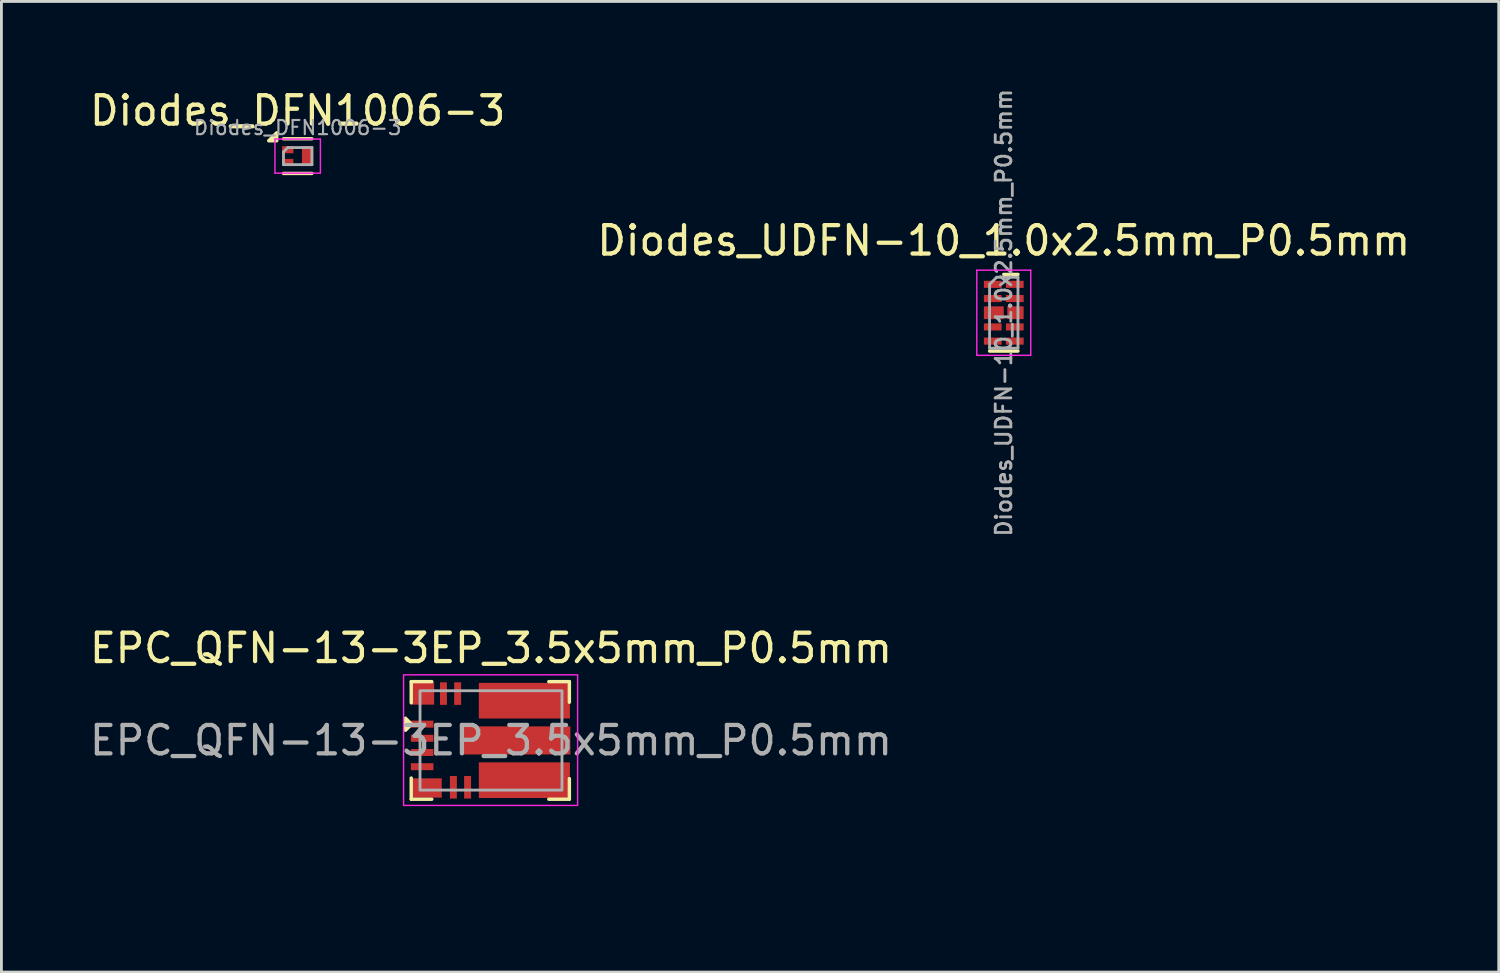
<source format=kicad_pcb>
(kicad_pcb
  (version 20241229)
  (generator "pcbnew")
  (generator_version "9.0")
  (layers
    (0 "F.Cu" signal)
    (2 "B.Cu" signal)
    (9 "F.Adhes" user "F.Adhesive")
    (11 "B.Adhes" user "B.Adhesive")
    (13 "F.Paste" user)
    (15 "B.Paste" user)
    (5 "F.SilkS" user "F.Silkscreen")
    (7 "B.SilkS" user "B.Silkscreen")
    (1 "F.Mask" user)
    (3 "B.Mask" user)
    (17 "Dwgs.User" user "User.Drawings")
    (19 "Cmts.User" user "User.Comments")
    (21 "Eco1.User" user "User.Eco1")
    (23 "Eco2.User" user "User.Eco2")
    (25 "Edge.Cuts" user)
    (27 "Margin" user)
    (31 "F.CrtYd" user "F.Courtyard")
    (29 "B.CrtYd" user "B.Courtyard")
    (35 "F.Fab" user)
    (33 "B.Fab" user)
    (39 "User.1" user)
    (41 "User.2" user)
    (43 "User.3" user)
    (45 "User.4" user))
  (footprint "EPC_QFN-13-3EP_3.5x5mm_P0.5mm"
    (layer "F.Cu")
    (at 14.244 23.029)
    (property "Reference" "EPC_QFN-13-3EP_3.5x5mm_P0.5mm" (at 0 -3.25 0) (layer "F.SilkS") (effects (font (size 1 1) (thickness 0.15))))
    (attr smd)
    (fp_line (start -2.81 -2.07) (end -2.81 -1.325) (stroke (width 0.12) (type default)) (layer "F.SilkS"))
    (fp_line (start -2.81 2.07) (end -2.81 1.325) (stroke (width 0.12) (type default)) (layer "F.SilkS"))
    (fp_line (start -2.085 -2.07) (end -2.81 -2.07) (stroke (width 0.12) (type default)) (layer "F.SilkS"))
    (fp_line (start -2.085 2.07) (end -2.81 2.07) (stroke (width 0.12) (type default)) (layer "F.SilkS"))
    (fp_line (start 2.035 -2.07) (end 2.76 -2.07) (stroke (width 0.12) (type default)) (layer "F.SilkS"))
    (fp_line (start 2.035 2.07) (end 2.76 2.07) (stroke (width 0.12) (type default)) (layer "F.SilkS"))
    (fp_line (start 2.76 -2.07) (end 2.76 -1.345) (stroke (width 0.12) (type default)) (layer "F.SilkS"))
    (fp_line (start 2.76 2.07) (end 2.76 1.345) (stroke (width 0.12) (type default)) (layer "F.SilkS"))
    (fp_poly (pts (xy -3.012 -0.358) (xy -3.012 -0.782) (xy -2.8 -0.57)) (stroke (width 0.12) (type solid)) (fill yes) (layer "F.SilkS"))
    (fp_rect (start -3.08 -2.31) (end 3.05 2.29) (stroke (width 0.05) (type default)) (fill no) (layer "F.CrtYd"))
    (fp_rect (start -2.5 1.75) (end 2.5 -1.75) (stroke (width 0.1) (type default)) (fill no) (layer "F.Fab"))
    (fp_text user "${REFERENCE}" (at 0 0 0) (layer "F.Fab") (effects (font (size 1 1) (thickness 0.15))))
    (pad "" smd custom (at -2.3 -1.425) (size 0.49 0.27) (layers "F.Mask" "F.Paste") (options (anchor rect)) (primitives (gr_rect (start -0.01 -0.378) (end 0.26 0.135) (width 0) (fill yes))))
    (pad "" smd rect (at -2.3 -0.575) (size 0.49 0.27) (layers "F.Mask" "F.Paste"))
    (pad "" smd rect (at -2.3 -0.075) (size 0.49 0.27) (layers "F.Mask" "F.Paste"))
    (pad "" smd rect (at -2.3 0.425) (size 0.49 0.27) (layers "F.Mask" "F.Paste"))
    (pad "" smd rect (at -2.3 0.925) (size 0.49 0.27) (layers "F.Mask" "F.Paste"))
    (pad "" smd custom (at -2.3 1.425) (size 0.49 0.27) (layers "F.Mask" "F.Paste") (options (anchor rect)) (primitives (gr_poly (pts (xy 0.61 0.378) (xy 0.61 -0.135) (xy 0.195 -0.135) (xy 0.195 0.135) (xy 0.34 0.135) (xy 0.34 0.378)) (width 0) (fill yes))))
    (pad "" smd rect (at -1.675 -1.55 90) (size 0.505 0.27) (layers "F.Mask" "F.Paste"))
    (pad "" smd rect (at -1.325 1.55 90) (size 0.505 0.27) (layers "F.Mask" "F.Paste"))
    (pad "" smd rect (at -1.175 -1.55 90) (size 0.505 0.27) (layers "F.Mask" "F.Paste"))
    (pad "" smd rect (at -0.825 1.55 90) (size 0.505 0.27) (layers "F.Mask" "F.Paste"))
    (pad "" smd rect (at -0.441 1.045) (size 0.001 0.001) (layers "F.Mask" "F.Paste"))
    (pad "" smd rect (at 0.2 5.16) (size 0.001 0.001) (layers "F.Mask" "F.Paste" "Dwgs.User"))
    (pad "" smd rect (at 0.85 0) (size 3.309 0.384) (layers "F.Mask" "F.Paste"))
    (pad "" smd custom (at 1.03 -1.317) (size 2.941 0.53) (layers "F.Mask" "F.Paste") (options (anchor rect)) (primitives (gr_rect (start 1.01 -0.485) (end 1.28 0.02) (width 0) (fill yes)) (gr_rect (start 0.51 -0.485) (end 0.78 0.02) (width 0) (fill yes)) (gr_rect (start 0.011 -0.485) (end 0.281 0.02) (width 0) (fill yes)) (gr_rect (start -0.489 -0.485) (end -0.22 0.02) (width 0) (fill yes)) (gr_rect (start -0.99 -0.485) (end -0.72 0.02) (width 0) (fill yes)) (gr_rect (start -1.49 -0.485) (end -1.22 0.02) (width 0) (fill yes))))
    (pad "" smd custom (at 1.03 1.317 180) (size 2.941 0.53) (layers "F.Mask" "F.Paste") (options (anchor rect)) (primitives (gr_rect (start 1.22 -0.485) (end 1.49 0.02) (width 0) (fill yes)) (gr_rect (start 0.72 -0.485) (end 0.99 0.02) (width 0) (fill yes)) (gr_rect (start 0.22 -0.485) (end 0.489 0.02) (width 0) (fill yes)) (gr_rect (start -0.281 -0.485) (end -0.011 0.02) (width 0) (fill yes)) (gr_rect (start -0.78 -0.485) (end -0.51 0.02) (width 0) (fill yes)) (gr_rect (start -1.28 -0.485) (end -1.01 0.02) (width 0) (fill yes))))
    (pad "1" smd rect (at -2.425 -0.575) (size 0.795 0.245) (layers "F.Cu"))
    (pad "2" smd rect (at -2.425 -0.075) (size 0.795 0.245) (layers "F.Cu"))
    (pad "3" smd rect (at -2.425 0.425) (size 0.795 0.245) (layers "F.Cu"))
    (pad "4" smd rect (at -2.425 0.925) (size 0.795 0.245) (layers "F.Cu"))
    (pad "5" smd rect (at -2.25 1.675) (size 1.03 0.68) (layers "F.Cu"))
    (pad "6" smd rect (at -1.325 1.65 90) (size 0.795 0.245) (layers "F.Cu"))
    (pad "7" smd rect (at -0.825 1.65 90) (size 0.795 0.245) (layers "F.Cu"))
    (pad "8" smd rect (at 1.175 1.4) (size 3.21 1.255) (layers "F.Cu"))
    (pad "9" smd rect (at 0.85 0) (size 3.89 0.99) (layers "F.Cu"))
    (pad "10" smd rect (at 1.175 -1.4) (size 3.21 1.255) (layers "F.Cu"))
    (pad "11" smd rect (at -1.175 -1.65 90) (size 0.795 0.245) (layers "F.Cu"))
    (pad "12" smd rect (at -1.675 -1.65 90) (size 0.795 0.245) (layers "F.Cu"))
    (pad "13" smd rect (at -2.4 -1.65) (size 0.795 0.78) (layers "F.Cu")))
  (footprint "Diodes_DFN1006-3"
    (layer "F.Cu")
    (at 7.435 2.448)
    (property "Reference" "Diodes_DFN1006-3" (at 0 -1.6 0) (layer "F.SilkS") (effects (font (size 1 1) (thickness 0.15))))
    (attr smd)
    (fp_line (start -0.5 -0.61) (end 0.5 -0.61) (stroke (width 0.12) (type default)) (layer "F.SilkS"))
    (fp_line (start -0.5 0.61) (end 0.5 0.61) (stroke (width 0.12) (type default)) (layer "F.SilkS"))
    (fp_poly (pts (xy -0.74 -0.54) (xy -1.02 -0.54) (xy -0.74 -0.82) (xy -0.74 -0.54)) (stroke (width 0.12) (type solid)) (fill yes) (layer "F.SilkS"))
    (fp_line (start -0.8 -0.6) (end 0.8 -0.6) (stroke (width 0.05) (type solid)) (layer "F.CrtYd"))
    (fp_line (start -0.8 0.6) (end -0.8 -0.6) (stroke (width 0.05) (type solid)) (layer "F.CrtYd"))
    (fp_line (start 0.8 -0.6) (end 0.8 0.6) (stroke (width 0.05) (type solid)) (layer "F.CrtYd"))
    (fp_line (start 0.8 0.6) (end -0.8 0.6) (stroke (width 0.05) (type solid)) (layer "F.CrtYd"))
    (fp_line (start -0.5 0.3) (end -0.5 -0.15) (stroke (width 0.1) (type solid)) (layer "F.Fab"))
    (fp_line (start -0.35 -0.3) (end -0.5 -0.15) (stroke (width 0.1) (type solid)) (layer "F.Fab"))
    (fp_line (start -0.35 -0.3) (end 0.5 -0.3) (stroke (width 0.1) (type solid)) (layer "F.Fab"))
    (fp_line (start 0.5 -0.3) (end 0.5 0.3) (stroke (width 0.1) (type solid)) (layer "F.Fab"))
    (fp_line (start 0.5 0.3) (end -0.5 0.3) (stroke (width 0.1) (type solid)) (layer "F.Fab"))
    (fp_text user "${REFERENCE}" (at 0 -1 0) (layer "F.Fab") (effects (font (size 0.5 0.5) (thickness 0.075))))
    (pad "1" smd rect (at -0.35 -0.225 270) (size 0.25 0.4) (layers "F.Cu" "F.Mask" "F.Paste"))
    (pad "2" smd rect (at -0.35 0.225 270) (size 0.25 0.4) (layers "F.Cu" "F.Mask" "F.Paste"))
    (pad "3" smd rect (at 0.35 0 270) (size 0.7 0.4) (layers "F.Cu" "F.Mask" "F.Paste")))
  (footprint "Diodes_UDFN-10_1.0x2.5mm_P0.5mm"
    (layer "F.Cu")
    (at 32.304 7.965)
    (property "Reference" "Diodes_UDFN-10_1.0x2.5mm_P0.5mm" (at 0 -2.54 0) (layer "F.SilkS") (effects (font (size 1 1) (thickness 0.15))))
    (attr smd)
    (fp_line (start 0.5 -1.35) (end 0 -1.35) (stroke (width 0.12) (type solid)) (layer "F.SilkS"))
    (fp_line (start 0.5 1.35) (end -0.5 1.35) (stroke (width 0.12) (type solid)) (layer "F.SilkS"))
    (fp_line (start -0.95 -1.5) (end 0.95 -1.5) (stroke (width 0.05) (type solid)) (layer "F.CrtYd"))
    (fp_line (start -0.95 1.5) (end -0.95 -1.5) (stroke (width 0.05) (type solid)) (layer "F.CrtYd"))
    (fp_line (start 0.95 -1.5) (end 0.95 1.5) (stroke (width 0.05) (type solid)) (layer "F.CrtYd"))
    (fp_line (start 0.95 1.5) (end -0.95 1.5) (stroke (width 0.05) (type solid)) (layer "F.CrtYd"))
    (fp_line (start -0.5 -1) (end -0.5 1.25) (stroke (width 0.1) (type solid)) (layer "F.Fab"))
    (fp_line (start -0.5 1.25) (end 0.5 1.25) (stroke (width 0.1) (type solid)) (layer "F.Fab"))
    (fp_line (start -0.25 -1.25) (end -0.5 -1) (stroke (width 0.1) (type solid)) (layer "F.Fab"))
    (fp_line (start 0.5 -1.25) (end -0.25 -1.25) (stroke (width 0.1) (type solid)) (layer "F.Fab"))
    (fp_line (start 0.5 -1.25) (end 0.5 1.25) (stroke (width 0.1) (type solid)) (layer "F.Fab"))
    (fp_text user "${REFERENCE}" (at 0 0 90) (layer "F.Fab") (effects (font (size 0.55 0.55) (thickness 0.1))))
    (pad "1" smd rect (at -0.388 -1 270) (size 0.25 0.625) (layers "F.Cu" "F.Mask" "F.Paste"))
    (pad "2" smd rect (at -0.388 -0.5 270) (size 0.25 0.625) (layers "F.Cu" "F.Mask" "F.Paste"))
    (pad "3" smd rect (at -0.35 0 270) (size 0.45 0.7) (layers "F.Cu" "F.Mask" "F.Paste"))
    (pad "4" smd rect (at -0.388 0.5 270) (size 0.25 0.625) (layers "F.Cu" "F.Mask" "F.Paste"))
    (pad "5" smd rect (at -0.388 1 270) (size 0.25 0.625) (layers "F.Cu" "F.Mask" "F.Paste"))
    (pad "6" smd rect (at 0.388 1 270) (size 0.25 0.625) (layers "F.Cu" "F.Mask" "F.Paste"))
    (pad "7" smd rect (at 0.388 0.5 270) (size 0.25 0.625) (layers "F.Cu" "F.Mask" "F.Paste"))
    (pad "8" smd rect (at 0.412 0 270) (size 0.45 0.575) (layers "F.Cu" "F.Mask" "F.Paste"))
    (pad "9" smd rect (at 0.388 -0.5 270) (size 0.25 0.625) (layers "F.Cu" "F.Mask" "F.Paste"))
    (pad "10" smd rect (at 0.388 -1 270) (size 0.25 0.625) (layers "F.Cu" "F.Mask" "F.Paste")))
  (gr_rect
    (start -3 -3)
    (end 49.738 31.189)
    (stroke (width 0.1) (type default))
    (fill no)
    (layer "Edge.Cuts")))
</source>
